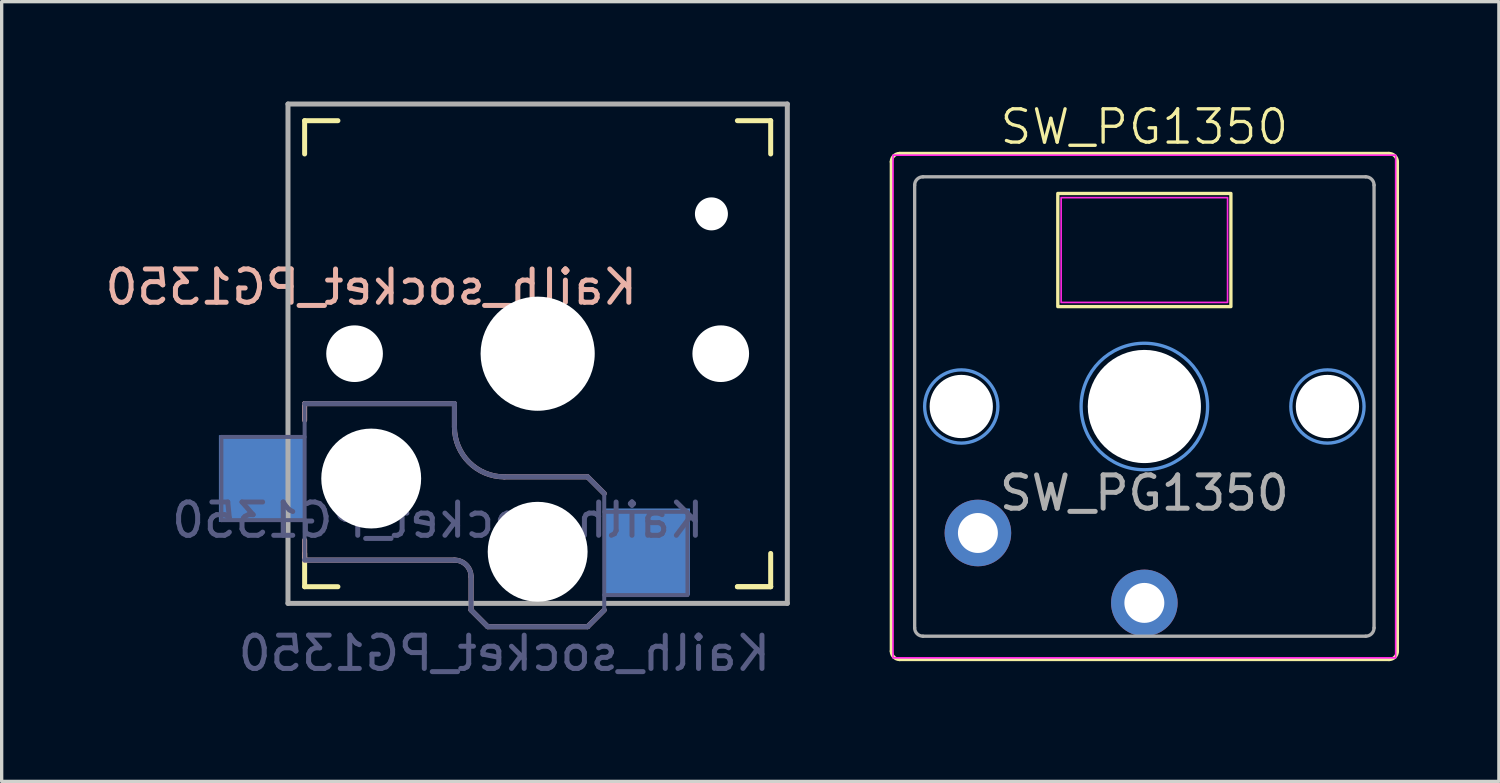
<source format=kicad_pcb>
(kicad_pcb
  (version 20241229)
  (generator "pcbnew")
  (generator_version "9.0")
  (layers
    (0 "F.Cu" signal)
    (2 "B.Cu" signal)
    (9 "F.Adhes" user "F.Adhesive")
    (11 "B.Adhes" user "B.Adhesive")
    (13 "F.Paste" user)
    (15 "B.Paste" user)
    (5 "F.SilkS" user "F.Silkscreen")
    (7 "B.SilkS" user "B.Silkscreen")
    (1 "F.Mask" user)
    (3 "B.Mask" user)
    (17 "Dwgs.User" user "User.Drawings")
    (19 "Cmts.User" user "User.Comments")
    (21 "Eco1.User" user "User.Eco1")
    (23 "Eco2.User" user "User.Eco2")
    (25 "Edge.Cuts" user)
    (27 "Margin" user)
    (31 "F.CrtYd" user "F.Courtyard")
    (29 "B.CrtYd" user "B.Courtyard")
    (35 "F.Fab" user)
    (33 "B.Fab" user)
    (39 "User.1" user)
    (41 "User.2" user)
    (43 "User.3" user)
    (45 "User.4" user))
  (footprint "Kailh_socket_PG1350"
    (layer "F.Cu")
    (at 13.101 7.575)
    (property "Reference" "Kailh_socket_PG1350" (at -5 -2 0) (layer "B.SilkS") (effects (font (size 1 1) (thickness 0.15)) (justify mirror)))
    (property "Value" "Kailh_socket_PG1350" (at 0 8.255 0) (layer "F.Fab") (hide yes) (effects (font (size 1 1) (thickness 0.15))))
    (attr smd)
    (fp_line (start -7 -6) (end -7 -7) (stroke (width 0.15) (type solid)) (layer "F.SilkS"))
    (fp_line (start -7 7) (end -7 6) (stroke (width 0.15) (type solid)) (layer "F.SilkS"))
    (fp_line (start -7 7) (end -6 7) (stroke (width 0.15) (type solid)) (layer "F.SilkS"))
    (fp_line (start -6 -7) (end -7 -7) (stroke (width 0.15) (type solid)) (layer "F.SilkS"))
    (fp_line (start 6 7) (end 7 7) (stroke (width 0.15) (type solid)) (layer "F.SilkS"))
    (fp_line (start 7 -7) (end 6 -7) (stroke (width 0.15) (type solid)) (layer "F.SilkS"))
    (fp_line (start 7 -7) (end 7 -6) (stroke (width 0.15) (type solid)) (layer "F.SilkS"))
    (fp_line (start 7 6) (end 7 7) (stroke (width 0.15) (type solid)) (layer "F.SilkS"))
    (fp_line (start 7 7) (end 6 7) (stroke (width 0.15) (type solid)) (layer "F.SilkS"))
    (fp_line (start -7 1.5) (end -7 2) (stroke (width 0.15) (type solid)) (layer "B.SilkS"))
    (fp_line (start -7 5.6) (end -7 6.2) (stroke (width 0.15) (type solid)) (layer "B.SilkS"))
    (fp_line (start -7 6.2) (end -2.5 6.2) (stroke (width 0.15) (type solid)) (layer "B.SilkS"))
    (fp_line (start -2.5 1.5) (end -7 1.5) (stroke (width 0.15) (type solid)) (layer "B.SilkS"))
    (fp_line (start -2.5 2.2) (end -2.5 1.5) (stroke (width 0.15) (type solid)) (layer "B.SilkS"))
    (fp_line (start -2 6.7) (end -2 7.7) (stroke (width 0.15) (type solid)) (layer "B.SilkS"))
    (fp_line (start -1.5 8.2) (end -2 7.7) (stroke (width 0.15) (type solid)) (layer "B.SilkS"))
    (fp_line (start 1.5 3.7) (end -1 3.7) (stroke (width 0.15) (type solid)) (layer "B.SilkS"))
    (fp_line (start 1.5 8.2) (end -1.5 8.2) (stroke (width 0.15) (type solid)) (layer "B.SilkS"))
    (fp_line (start 2 4.2) (end 1.5 3.7) (stroke (width 0.15) (type solid)) (layer "B.SilkS"))
    (fp_line (start 2 7.7) (end 1.5 8.2) (stroke (width 0.15) (type solid)) (layer "B.SilkS"))
    (fp_arc (start -2.5 6.2) (mid -2.146447 6.346447) (end -2 6.7) (stroke (width 0.15) (type solid)) (layer "B.SilkS"))
    (fp_arc (start -1 3.7) (mid -2.06066 3.26066) (end -2.5 2.2) (stroke (width 0.15) (type solid)) (layer "B.SilkS"))
    (fp_line (start -6.9 6.9) (end -6.9 -6.9) (stroke (width 0.15) (type solid)) (layer "Eco2.User"))
    (fp_line (start -6.9 6.9) (end 6.9 6.9) (stroke (width 0.15) (type solid)) (layer "Eco2.User"))
    (fp_line (start -2.6 -3.1) (end -2.6 -6.3) (stroke (width 0.15) (type solid)) (layer "Eco2.User"))
    (fp_line (start -2.6 -3.1) (end 2.6 -3.1) (stroke (width 0.15) (type solid)) (layer "Eco2.User"))
    (fp_line (start 2.6 -6.3) (end -2.6 -6.3) (stroke (width 0.15) (type solid)) (layer "Eco2.User"))
    (fp_line (start 2.6 -3.1) (end 2.6 -6.3) (stroke (width 0.15) (type solid)) (layer "Eco2.User"))
    (fp_line (start 6.9 -6.9) (end -6.9 -6.9) (stroke (width 0.15) (type solid)) (layer "Eco2.User"))
    (fp_line (start 6.9 -6.9) (end 6.9 6.9) (stroke (width 0.15) (type solid)) (layer "Eco2.User"))
    (fp_line (start -9.5 2.5) (end -7 2.5) (stroke (width 0.12) (type solid)) (layer "B.Fab"))
    (fp_line (start -9.5 5) (end -9.5 2.5) (stroke (width 0.12) (type solid)) (layer "B.Fab"))
    (fp_line (start -7 1.5) (end -7 6.2) (stroke (width 0.12) (type solid)) (layer "B.Fab"))
    (fp_line (start -7 5) (end -9.5 5) (stroke (width 0.12) (type solid)) (layer "B.Fab"))
    (fp_line (start -7 6.2) (end -2.5 6.2) (stroke (width 0.15) (type solid)) (layer "B.Fab"))
    (fp_line (start -2.5 1.5) (end -7 1.5) (stroke (width 0.15) (type solid)) (layer "B.Fab"))
    (fp_line (start -2.5 2.2) (end -2.5 1.5) (stroke (width 0.15) (type solid)) (layer "B.Fab"))
    (fp_line (start -2 6.7) (end -2 7.7) (stroke (width 0.15) (type solid)) (layer "B.Fab"))
    (fp_line (start -1.5 8.2) (end -2 7.7) (stroke (width 0.15) (type solid)) (layer "B.Fab"))
    (fp_line (start 1.5 3.7) (end -1 3.7) (stroke (width 0.15) (type solid)) (layer "B.Fab"))
    (fp_line (start 1.5 8.2) (end -1.5 8.2) (stroke (width 0.15) (type solid)) (layer "B.Fab"))
    (fp_line (start 2 4.2) (end 1.5 3.7) (stroke (width 0.15) (type solid)) (layer "B.Fab"))
    (fp_line (start 2 4.25) (end 2 7.7) (stroke (width 0.12) (type solid)) (layer "B.Fab"))
    (fp_line (start 2 4.75) (end 4.5 4.75) (stroke (width 0.12) (type solid)) (layer "B.Fab"))
    (fp_line (start 2 7.7) (end 1.5 8.2) (stroke (width 0.15) (type solid)) (layer "B.Fab"))
    (fp_line (start 4.5 4.75) (end 4.5 7.25) (stroke (width 0.12) (type solid)) (layer "B.Fab"))
    (fp_line (start 4.5 7.25) (end 2 7.25) (stroke (width 0.12) (type solid)) (layer "B.Fab"))
    (fp_arc (start -2.5 6.2) (mid -2.146447 6.346447) (end -2 6.7) (stroke (width 0.15) (type solid)) (layer "B.Fab"))
    (fp_arc (start -1 3.7) (mid -2.06066 3.26066) (end -2.5 2.2) (stroke (width 0.15) (type solid)) (layer "B.Fab"))
    (fp_line (start -7.5 -7.5) (end 7.5 -7.5) (stroke (width 0.15) (type solid)) (layer "F.Fab"))
    (fp_line (start -7.5 7.5) (end -7.5 -7.5) (stroke (width 0.15) (type solid)) (layer "F.Fab"))
    (fp_line (start 7.5 -7.5) (end 7.5 7.5) (stroke (width 0.15) (type solid)) (layer "F.Fab"))
    (fp_line (start 7.5 7.5) (end -7.5 7.5) (stroke (width 0.15) (type solid)) (layer "F.Fab"))
    (fp_text user "${VALUE}" (at -1 9 0) (layer "B.Fab") (effects (font (size 1 1) (thickness 0.15)) (justify mirror)))
    (fp_text user "${REFERENCE}" (at -3 5 0) (layer "B.Fab") (effects (font (size 1 1) (thickness 0.15)) (justify mirror)))
    (pad "" np_thru_hole circle (at -5.5 0) (size 1.702 1.702) (drill 1.702) (layers "*.Cu" "*.Mask"))
    (pad "" np_thru_hole circle (at -5 3.75) (size 3 3) (drill 3) (layers "*.Cu" "*.Mask"))
    (pad "" np_thru_hole circle (at 0 0) (size 3.429 3.429) (drill 3.429) (layers "*.Cu" "*.Mask"))
    (pad "" np_thru_hole circle (at 0 5.95) (size 3 3) (drill 3) (layers "*.Cu" "*.Mask"))
    (pad "" np_thru_hole circle (at 5.22 -4.2) (size 0.991 0.991) (drill 0.991) (layers "*.Cu" "*.Mask"))
    (pad "" np_thru_hole circle (at 5.5 0) (size 1.702 1.702) (drill 1.702) (layers "*.Cu" "*.Mask"))
    (pad "1" smd rect (at 3.275 5.95) (size 2.6 2.6) (layers "B.Cu" "B.Mask" "B.Paste"))
    (pad "2" smd rect (at -8.275 3.75) (size 2.6 2.6) (layers "B.Cu" "B.Mask" "B.Paste")))
  (footprint "SW_PG1350"
    (layer "F.Cu")
    (at 31.326 9.161)
    (property "Reference" "SW_PG1350" (at 0 -8.4 0) (unlocked yes) (layer "F.SilkS") (effects (font (size 1 1) (thickness 0.1))))
    (attr through_hole)
    (fp_line (start -7.6 7.35) (end -7.6 -7.35) (stroke (width 0.1) (type default)) (layer "F.SilkS"))
    (fp_line (start -7.35 -7.6) (end 7.35 -7.6) (stroke (width 0.1) (type default)) (layer "F.SilkS"))
    (fp_line (start 7.35 7.6) (end -7.35 7.6) (stroke (width 0.1) (type default)) (layer "F.SilkS"))
    (fp_line (start 7.6 -7.35) (end 7.6 7.35) (stroke (width 0.1) (type default)) (layer "F.SilkS"))
    (fp_rect (start -2.6 -6.4) (end 2.6 -3) (stroke (width 0.1) (type default)) (fill no) (layer "F.SilkS"))
    (fp_arc (start -7.6 -7.35) (mid -7.526777 -7.526777) (end -7.35 -7.6) (stroke (width 0.1) (type default)) (layer "F.SilkS"))
    (fp_arc (start -7.35 7.6) (mid -7.526777 7.526777) (end -7.6 7.35) (stroke (width 0.1) (type default)) (layer "F.SilkS"))
    (fp_arc (start 7.35 -7.6) (mid 7.526777 -7.526777) (end 7.6 -7.35) (stroke (width 0.1) (type default)) (layer "F.SilkS"))
    (fp_arc (start 7.6 7.35) (mid 7.526777 7.526777) (end 7.35 7.6) (stroke (width 0.1) (type default)) (layer "F.SilkS"))
    (fp_circle (center -5.5 0) (end -4.4 0) (stroke (width 0.1) (type default)) (fill no) (layer "Cmts.User"))
    (fp_circle (center 0 0) (end 1.9 0) (stroke (width 0.1) (type default)) (fill no) (layer "Cmts.User"))
    (fp_circle (center 5.5 0) (end 6.6 0) (stroke (width 0.1) (type default)) (fill no) (layer "Cmts.User"))
    (fp_rect (start -7.55 -7.55) (end 7.55 7.55) (stroke (width 0.05) (type default)) (fill no) (layer "F.CrtYd"))
    (fp_rect (start -2.5 -6.275) (end 2.5 -3.125) (stroke (width 0.05) (type default)) (fill no) (layer "F.CrtYd"))
    (fp_line (start -6.9 6.65) (end -6.9 -6.65) (stroke (width 0.1) (type default)) (layer "F.Fab"))
    (fp_line (start -6.65 -6.9) (end 6.65 -6.9) (stroke (width 0.1) (type default)) (layer "F.Fab"))
    (fp_line (start 6.65 6.9) (end -6.65 6.9) (stroke (width 0.1) (type default)) (layer "F.Fab"))
    (fp_line (start 6.9 -6.65) (end 6.9 6.65) (stroke (width 0.1) (type default)) (layer "F.Fab"))
    (fp_arc (start -6.9 -6.65) (mid -6.826777 -6.826777) (end -6.65 -6.9) (stroke (width 0.1) (type default)) (layer "F.Fab"))
    (fp_arc (start -6.65 6.9) (mid -6.826777 6.826777) (end -6.9 6.65) (stroke (width 0.1) (type default)) (layer "F.Fab"))
    (fp_arc (start 6.65 -6.9) (mid 6.826777 -6.826777) (end 6.9 -6.65) (stroke (width 0.1) (type default)) (layer "F.Fab"))
    (fp_arc (start 6.9 6.65) (mid 6.826777 6.826777) (end 6.65 6.9) (stroke (width 0.1) (type default)) (layer "F.Fab"))
    (fp_text user "${REFERENCE}" (at 0 2.6 0) (unlocked yes) (layer "F.Fab") (effects (font (size 1 1) (thickness 0.15))))
    (pad "" np_thru_hole circle (at -5.5 0) (size 1.9 1.9) (drill 1.9) (layers "*.Cu" "*.Mask"))
    (pad "" np_thru_hole circle (at 0 0) (size 3.4 3.4) (drill 3.4) (layers "*.Cu" "*.Mask"))
    (pad "" np_thru_hole circle (at 5.5 0) (size 1.9 1.9) (drill 1.9) (layers "*.Cu" "*.Mask"))
    (pad "1" thru_hole circle (at 0 5.9) (size 2 2) (drill 1.2) (layers "*.Cu" "*.Mask"))
    (pad "2" thru_hole circle (at -5 3.8) (size 2 2) (drill 1.2) (layers "*.Cu" "*.Mask")))
  (gr_rect
    (start -3 -3)
    (end 41.976 20.423)
    (stroke (width 0.1) (type default))
    (fill no)
    (layer "Edge.Cuts")))
</source>
